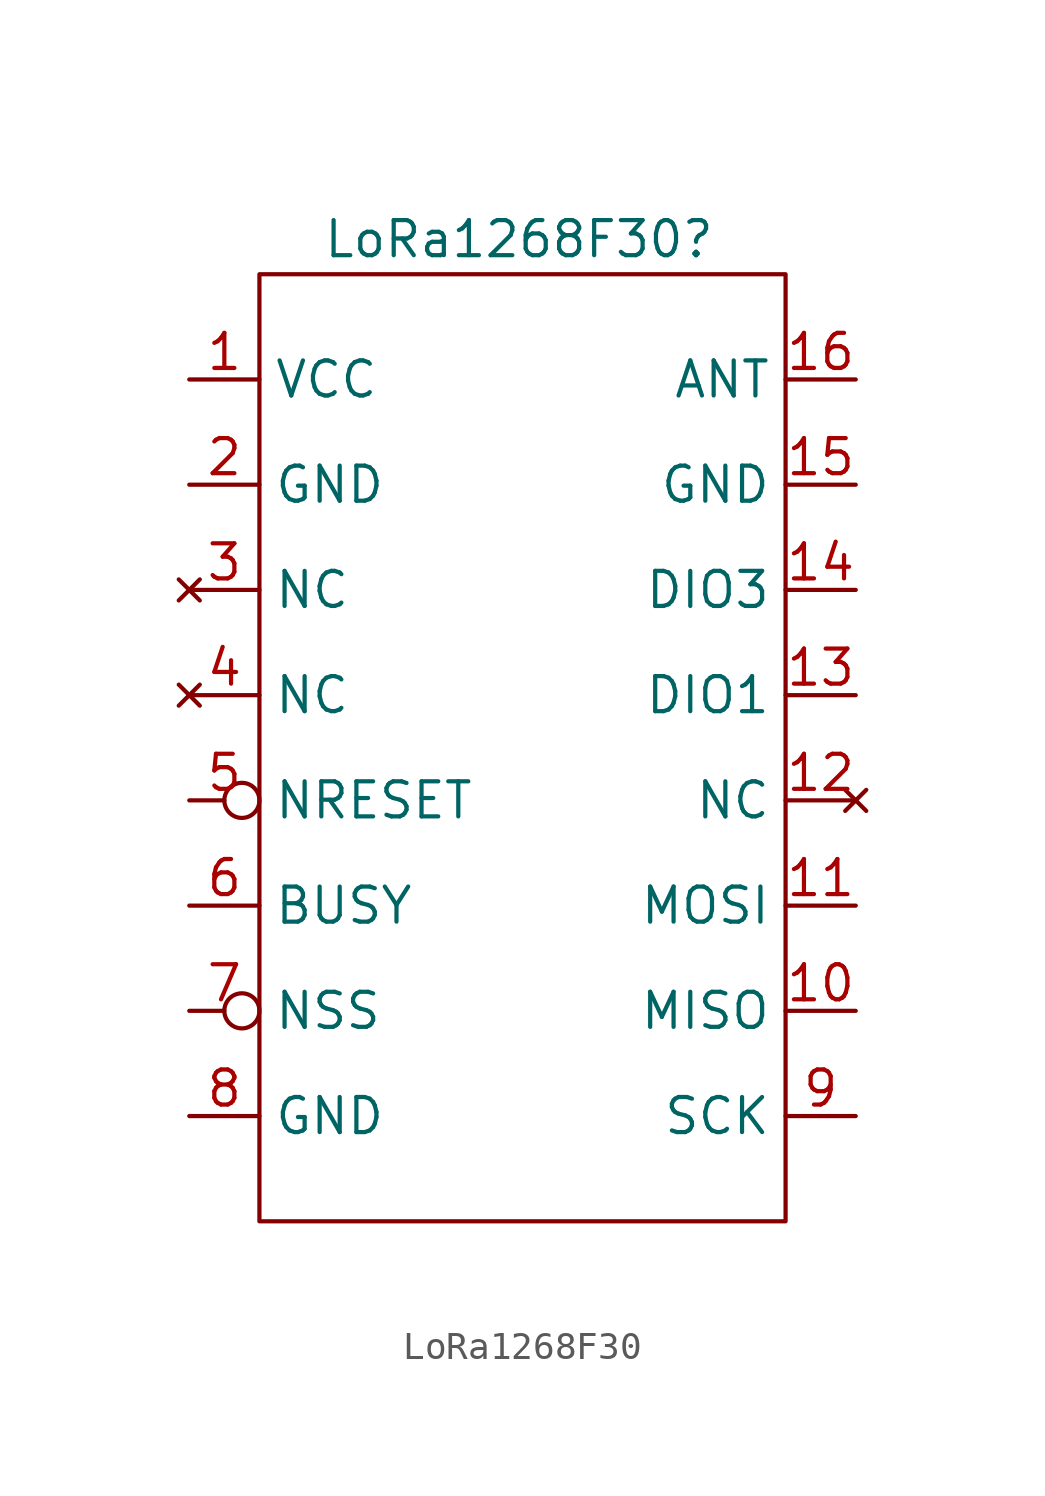
<source format=kicad_sym>
(kicad_symbol_lib
  (version 20231120)
  (generator "kicad_symbol_editor")
  (generator_version "8.0")
  (symbol "LoRa1268F30"
    (property "Reference" "LoRa1268F30"
      (at 9.398 35.56 0)
      (effects (font (size 1.27 1.27))))
    (property "Value" ""
      (at -1.27 19.05 0)
      (effects (font (size 1.27 1.27))))
    (symbol "LoRa1268F30_1_1"
      (rectangle (start 0 34.29) (end 19.05 0) (stroke (width 0) (type default)) (fill (type none)))
      (pin power_in line (at -2.54 30.48 0) (length 2.54) (name "VCC" (effects (font (size 1.27 1.27)))) (number "1" (effects (font (size 1.27 1.27)))))
      (pin output line (at 21.59 7.62 180) (length 2.54) (name "MISO" (effects (font (size 1.27 1.27)))) (number "10" (effects (font (size 1.27 1.27)))))
      (pin input line (at 21.59 11.43 180) (length 2.54) (name "MOSI" (effects (font (size 1.27 1.27)))) (number "11" (effects (font (size 1.27 1.27)))))
      (pin no_connect line (at 21.59 15.24 180) (length 2.54) (name "NC" (effects (font (size 1.27 1.27)))) (number "12" (effects (font (size 1.27 1.27)))))
      (pin output line (at 21.59 19.05 180) (length 2.54) (name "DIO1" (effects (font (size 1.27 1.27)))) (number "13" (effects (font (size 1.27 1.27)))))
      (pin output line (at 21.59 22.86 180) (length 2.54) (name "DIO3" (effects (font (size 1.27 1.27)))) (number "14" (effects (font (size 1.27 1.27)))))
      (pin power_in line (at 21.59 26.67 180) (length 2.54) (name "GND" (effects (font (size 1.27 1.27)))) (number "15" (effects (font (size 1.27 1.27)))))
      (pin passive line (at 21.59 30.48 180) (length 2.54) (name "ANT" (effects (font (size 1.27 1.27)))) (number "16" (effects (font (size 1.27 1.27)))))
      (pin power_in line (at -2.54 26.67 0) (length 2.54) (name "GND" (effects (font (size 1.27 1.27)))) (number "2" (effects (font (size 1.27 1.27)))))
      (pin no_connect line (at -2.54 22.86 0) (length 2.54) (name "NC" (effects (font (size 1.27 1.27)))) (number "3" (effects (font (size 1.27 1.27)))))
      (pin no_connect line (at -2.54 19.05 0) (length 2.54) (name "NC" (effects (font (size 1.27 1.27)))) (number "4" (effects (font (size 1.27 1.27)))))
      (pin input inverted (at -2.54 15.24 0) (length 2.54) (name "NRESET" (effects (font (size 1.27 1.27)))) (number "5" (effects (font (size 1.27 1.27)))))
      (pin output line (at -2.54 11.43 0) (length 2.54) (name "BUSY" (effects (font (size 1.27 1.27)))) (number "6" (effects (font (size 1.27 1.27)))))
      (pin input inverted (at -2.54 7.62 0) (length 2.54) (name "NSS" (effects (font (size 1.27 1.27)))) (number "7" (effects (font (size 1.27 1.27)))))
      (pin power_in line (at -2.54 3.81 0) (length 2.54) (name "GND" (effects (font (size 1.27 1.27)))) (number "8" (effects (font (size 1.27 1.27)))))
      (pin input line (at 21.59 3.81 180) (length 2.54) (name "SCK" (effects (font (size 1.27 1.27)))) (number "9" (effects (font (size 1.27 1.27))))))))
</source>
